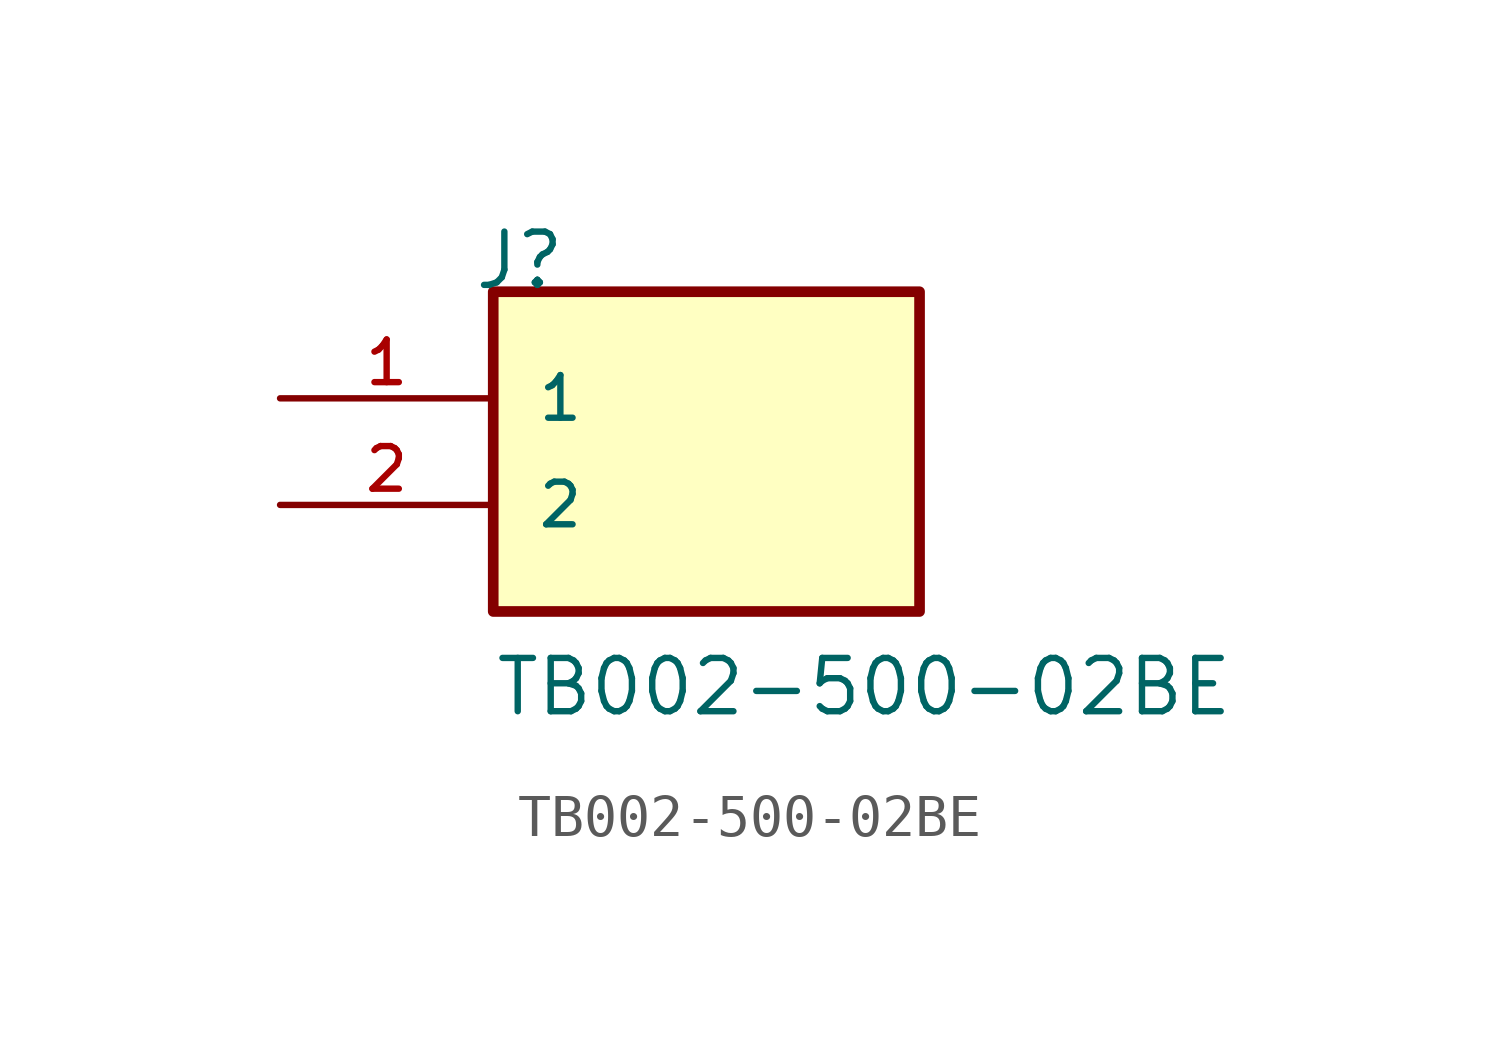
<source format=kicad_sym>
(kicad_symbol_lib
  (version 20241209)
  (generator "kicad_symbol_editor")
  (generator_version "9.0")
  (symbol "TB002-500-02BE"
    (pin_names
      (offset 1.016))
    (property "Reference" "J"
      (at -5.58 5.08 0)
      (effects (font (size 1.27 1.27)) (justify left bottom)))
    (property "Value" "TB002-500-02BE"
      (at -5.08 -5.08 0)
      (effects (font (size 1.27 1.27)) (justify left bottom)))
    (symbol "TB002-500-02BE_0_0"
      (rectangle (start -5.08 -2.54) (end 5.08 5.08) (stroke (width 0.254) (type default)) (fill (type background)))
      (pin passive line (at -10.16 2.54 0) (length 5.08) (name "1" (effects (font (size 1.016 1.016)))) (number "1" (effects (font (size 1.016 1.016)))))
      (pin passive line (at -10.16 0 0) (length 5.08) (name "2" (effects (font (size 1.016 1.016)))) (number "2" (effects (font (size 1.016 1.016))))))))
</source>
